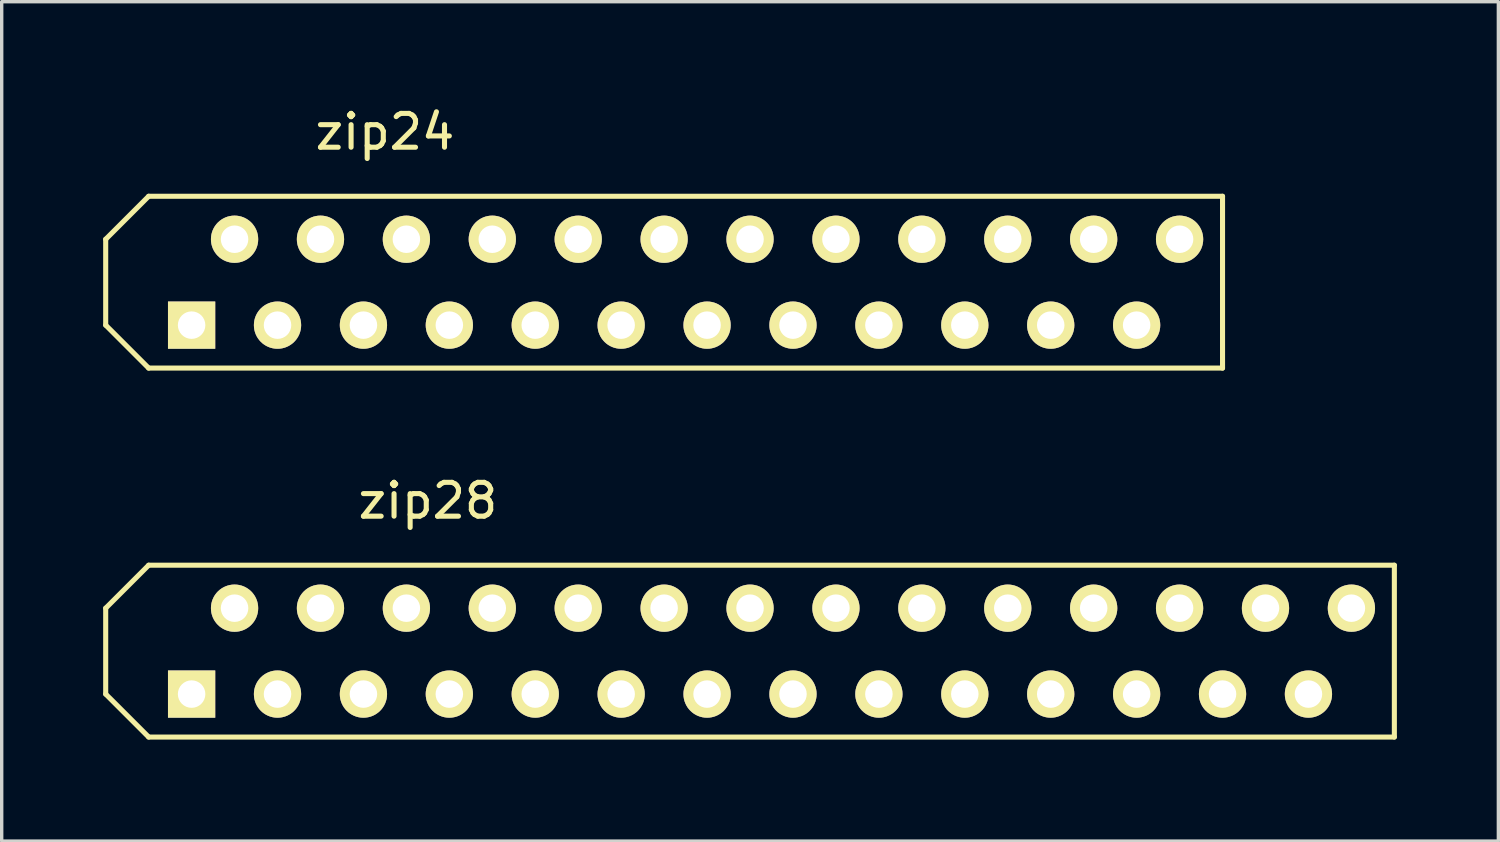
<source format=kicad_pcb>
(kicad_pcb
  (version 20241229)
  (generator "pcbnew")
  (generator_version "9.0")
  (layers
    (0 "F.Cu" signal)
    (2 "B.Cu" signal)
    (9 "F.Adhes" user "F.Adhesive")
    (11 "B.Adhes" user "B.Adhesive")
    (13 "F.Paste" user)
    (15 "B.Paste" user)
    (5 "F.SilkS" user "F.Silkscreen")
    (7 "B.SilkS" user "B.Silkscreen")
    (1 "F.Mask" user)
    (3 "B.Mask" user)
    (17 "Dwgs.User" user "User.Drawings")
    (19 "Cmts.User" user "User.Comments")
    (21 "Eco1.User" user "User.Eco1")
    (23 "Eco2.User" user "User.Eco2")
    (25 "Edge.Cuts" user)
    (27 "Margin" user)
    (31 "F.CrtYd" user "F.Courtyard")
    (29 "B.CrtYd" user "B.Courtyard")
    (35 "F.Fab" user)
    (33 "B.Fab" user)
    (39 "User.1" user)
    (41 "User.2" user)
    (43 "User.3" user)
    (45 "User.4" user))
  (footprint "zip28"
    (layer "F.Cu")
    (at 19.125 16.201)
    (property "Reference" "zip28" (at -9.525 -4.445 0) (layer "F.SilkS") (effects (font (size 1 1) (thickness 0.15))))
    (attr through_hole)
    (fp_line (start -19.05 -1.27) (end -17.78 -2.54) (stroke (width 0.15) (type solid)) (layer "F.SilkS"))
    (fp_line (start -19.05 1.27) (end -19.05 -1.27) (stroke (width 0.15) (type solid)) (layer "F.SilkS"))
    (fp_line (start -17.78 -2.54) (end 19.05 -2.54) (stroke (width 0.15) (type solid)) (layer "F.SilkS"))
    (fp_line (start -17.78 2.54) (end -19.05 1.27) (stroke (width 0.15) (type solid)) (layer "F.SilkS"))
    (fp_line (start 19.05 -2.54) (end 19.05 2.54) (stroke (width 0.15) (type solid)) (layer "F.SilkS"))
    (fp_line (start 19.05 2.54) (end -17.78 2.54) (stroke (width 0.15) (type solid)) (layer "F.SilkS"))
    (pad "1" thru_hole rect (at -16.51 1.27) (size 1.397 1.397) (drill 0.813) (layers "*.Cu" "*.Mask" "F.SilkS"))
    (pad "2" thru_hole circle (at -15.24 -1.27) (size 1.397 1.397) (drill 0.813) (layers "*.Cu" "*.Mask" "F.SilkS"))
    (pad "3" thru_hole circle (at -13.97 1.27) (size 1.397 1.397) (drill 0.813) (layers "*.Cu" "*.Mask" "F.SilkS"))
    (pad "4" thru_hole circle (at -12.7 -1.27) (size 1.397 1.397) (drill 0.813) (layers "*.Cu" "*.Mask" "F.SilkS"))
    (pad "5" thru_hole circle (at -11.43 1.27) (size 1.397 1.397) (drill 0.813) (layers "*.Cu" "*.Mask" "F.SilkS"))
    (pad "6" thru_hole circle (at -10.16 -1.27) (size 1.397 1.397) (drill 0.813) (layers "*.Cu" "*.Mask" "F.SilkS"))
    (pad "7" thru_hole circle (at -8.89 1.27) (size 1.397 1.397) (drill 0.813) (layers "*.Cu" "*.Mask" "F.SilkS"))
    (pad "8" thru_hole circle (at -7.62 -1.27) (size 1.397 1.397) (drill 0.813) (layers "*.Cu" "*.Mask" "F.SilkS"))
    (pad "9" thru_hole circle (at -6.35 1.27) (size 1.397 1.397) (drill 0.813) (layers "*.Cu" "*.Mask" "F.SilkS"))
    (pad "10" thru_hole circle (at -5.08 -1.27) (size 1.397 1.397) (drill 0.813) (layers "*.Cu" "*.Mask" "F.SilkS"))
    (pad "11" thru_hole circle (at -3.81 1.27) (size 1.397 1.397) (drill 0.813) (layers "*.Cu" "*.Mask" "F.SilkS"))
    (pad "12" thru_hole circle (at -2.54 -1.27) (size 1.397 1.397) (drill 0.813) (layers "*.Cu" "*.Mask" "F.SilkS"))
    (pad "13" thru_hole circle (at -1.27 1.27) (size 1.397 1.397) (drill 0.813) (layers "*.Cu" "*.Mask" "F.SilkS"))
    (pad "14" thru_hole circle (at 0 -1.27) (size 1.397 1.397) (drill 0.813) (layers "*.Cu" "*.Mask" "F.SilkS"))
    (pad "15" thru_hole circle (at 1.27 1.27) (size 1.397 1.397) (drill 0.813) (layers "*.Cu" "*.Mask" "F.SilkS"))
    (pad "16" thru_hole circle (at 2.54 -1.27) (size 1.397 1.397) (drill 0.813) (layers "*.Cu" "*.Mask" "F.SilkS"))
    (pad "17" thru_hole circle (at 3.81 1.27) (size 1.397 1.397) (drill 0.813) (layers "*.Cu" "*.Mask" "F.SilkS"))
    (pad "18" thru_hole circle (at 5.08 -1.27) (size 1.397 1.397) (drill 0.813) (layers "*.Cu" "*.Mask" "F.SilkS"))
    (pad "19" thru_hole circle (at 6.35 1.27) (size 1.397 1.397) (drill 0.813) (layers "*.Cu" "*.Mask" "F.SilkS"))
    (pad "20" thru_hole circle (at 7.62 -1.27) (size 1.397 1.397) (drill 0.813) (layers "*.Cu" "*.Mask" "F.SilkS"))
    (pad "21" thru_hole circle (at 8.89 1.27) (size 1.397 1.397) (drill 0.813) (layers "*.Cu" "*.Mask" "F.SilkS"))
    (pad "22" thru_hole circle (at 10.16 -1.27) (size 1.397 1.397) (drill 0.813) (layers "*.Cu" "*.Mask" "F.SilkS"))
    (pad "23" thru_hole circle (at 11.43 1.27) (size 1.397 1.397) (drill 0.813) (layers "*.Cu" "*.Mask" "F.SilkS"))
    (pad "24" thru_hole circle (at 12.7 -1.27) (size 1.397 1.397) (drill 0.813) (layers "*.Cu" "*.Mask" "F.SilkS"))
    (pad "25" thru_hole circle (at 13.97 1.27) (size 1.397 1.397) (drill 0.813) (layers "*.Cu" "*.Mask" "F.SilkS"))
    (pad "26" thru_hole circle (at 15.24 -1.27) (size 1.397 1.397) (drill 0.813) (layers "*.Cu" "*.Mask" "F.SilkS"))
    (pad "27" thru_hole circle (at 16.51 1.27) (size 1.397 1.397) (drill 0.813) (layers "*.Cu" "*.Mask" "F.SilkS"))
    (pad "28" thru_hole circle (at 17.78 -1.27) (size 1.397 1.397) (drill 0.813) (layers "*.Cu" "*.Mask" "F.SilkS")))
  (footprint "zip24"
    (layer "F.Cu")
    (at 16.585 5.293)
    (property "Reference" "zip24" (at -8.255 -4.445 0) (layer "F.SilkS") (effects (font (size 1 1) (thickness 0.15))))
    (attr through_hole)
    (fp_line (start -16.51 -1.27) (end -15.24 -2.54) (stroke (width 0.15) (type solid)) (layer "F.SilkS"))
    (fp_line (start -16.51 1.27) (end -16.51 -1.27) (stroke (width 0.15) (type solid)) (layer "F.SilkS"))
    (fp_line (start -15.24 -2.54) (end 16.51 -2.54) (stroke (width 0.15) (type solid)) (layer "F.SilkS"))
    (fp_line (start -15.24 2.54) (end -16.51 1.27) (stroke (width 0.15) (type solid)) (layer "F.SilkS"))
    (fp_line (start 16.51 -2.54) (end 16.51 2.54) (stroke (width 0.15) (type solid)) (layer "F.SilkS"))
    (fp_line (start 16.51 2.54) (end -15.24 2.54) (stroke (width 0.15) (type solid)) (layer "F.SilkS"))
    (pad "1" thru_hole rect (at -13.97 1.27) (size 1.397 1.397) (drill 0.813) (layers "*.Cu" "*.Mask" "F.SilkS"))
    (pad "2" thru_hole circle (at -12.7 -1.27) (size 1.397 1.397) (drill 0.813) (layers "*.Cu" "*.Mask" "F.SilkS"))
    (pad "3" thru_hole circle (at -11.43 1.27) (size 1.397 1.397) (drill 0.813) (layers "*.Cu" "*.Mask" "F.SilkS"))
    (pad "4" thru_hole circle (at -10.16 -1.27) (size 1.397 1.397) (drill 0.813) (layers "*.Cu" "*.Mask" "F.SilkS"))
    (pad "5" thru_hole circle (at -8.89 1.27) (size 1.397 1.397) (drill 0.813) (layers "*.Cu" "*.Mask" "F.SilkS"))
    (pad "6" thru_hole circle (at -7.62 -1.27) (size 1.397 1.397) (drill 0.813) (layers "*.Cu" "*.Mask" "F.SilkS"))
    (pad "7" thru_hole circle (at -6.35 1.27) (size 1.397 1.397) (drill 0.813) (layers "*.Cu" "*.Mask" "F.SilkS"))
    (pad "8" thru_hole circle (at -5.08 -1.27) (size 1.397 1.397) (drill 0.813) (layers "*.Cu" "*.Mask" "F.SilkS"))
    (pad "9" thru_hole circle (at -3.81 1.27) (size 1.397 1.397) (drill 0.813) (layers "*.Cu" "*.Mask" "F.SilkS"))
    (pad "10" thru_hole circle (at -2.54 -1.27) (size 1.397 1.397) (drill 0.813) (layers "*.Cu" "*.Mask" "F.SilkS"))
    (pad "11" thru_hole circle (at -1.27 1.27) (size 1.397 1.397) (drill 0.813) (layers "*.Cu" "*.Mask" "F.SilkS"))
    (pad "12" thru_hole circle (at 0 -1.27) (size 1.397 1.397) (drill 0.813) (layers "*.Cu" "*.Mask" "F.SilkS"))
    (pad "13" thru_hole circle (at 1.27 1.27) (size 1.397 1.397) (drill 0.813) (layers "*.Cu" "*.Mask" "F.SilkS"))
    (pad "14" thru_hole circle (at 2.54 -1.27) (size 1.397 1.397) (drill 0.813) (layers "*.Cu" "*.Mask" "F.SilkS"))
    (pad "15" thru_hole circle (at 3.81 1.27) (size 1.397 1.397) (drill 0.813) (layers "*.Cu" "*.Mask" "F.SilkS"))
    (pad "16" thru_hole circle (at 5.08 -1.27) (size 1.397 1.397) (drill 0.813) (layers "*.Cu" "*.Mask" "F.SilkS"))
    (pad "17" thru_hole circle (at 6.35 1.27) (size 1.397 1.397) (drill 0.813) (layers "*.Cu" "*.Mask" "F.SilkS"))
    (pad "18" thru_hole circle (at 7.62 -1.27) (size 1.397 1.397) (drill 0.813) (layers "*.Cu" "*.Mask" "F.SilkS"))
    (pad "19" thru_hole circle (at 8.89 1.27) (size 1.397 1.397) (drill 0.813) (layers "*.Cu" "*.Mask" "F.SilkS"))
    (pad "20" thru_hole circle (at 10.16 -1.27) (size 1.397 1.397) (drill 0.813) (layers "*.Cu" "*.Mask" "F.SilkS"))
    (pad "21" thru_hole circle (at 11.43 1.27) (size 1.397 1.397) (drill 0.813) (layers "*.Cu" "*.Mask" "F.SilkS"))
    (pad "22" thru_hole circle (at 12.7 -1.27) (size 1.397 1.397) (drill 0.813) (layers "*.Cu" "*.Mask" "F.SilkS"))
    (pad "23" thru_hole circle (at 13.97 1.27) (size 1.397 1.397) (drill 0.813) (layers "*.Cu" "*.Mask" "F.SilkS"))
    (pad "24" thru_hole circle (at 15.24 -1.27) (size 1.397 1.397) (drill 0.813) (layers "*.Cu" "*.Mask" "F.SilkS")))
  (gr_rect
    (start -3 -3)
    (end 41.25 21.817)
    (stroke (width 0.1) (type default))
    (fill no)
    (layer "Edge.Cuts")))
</source>
